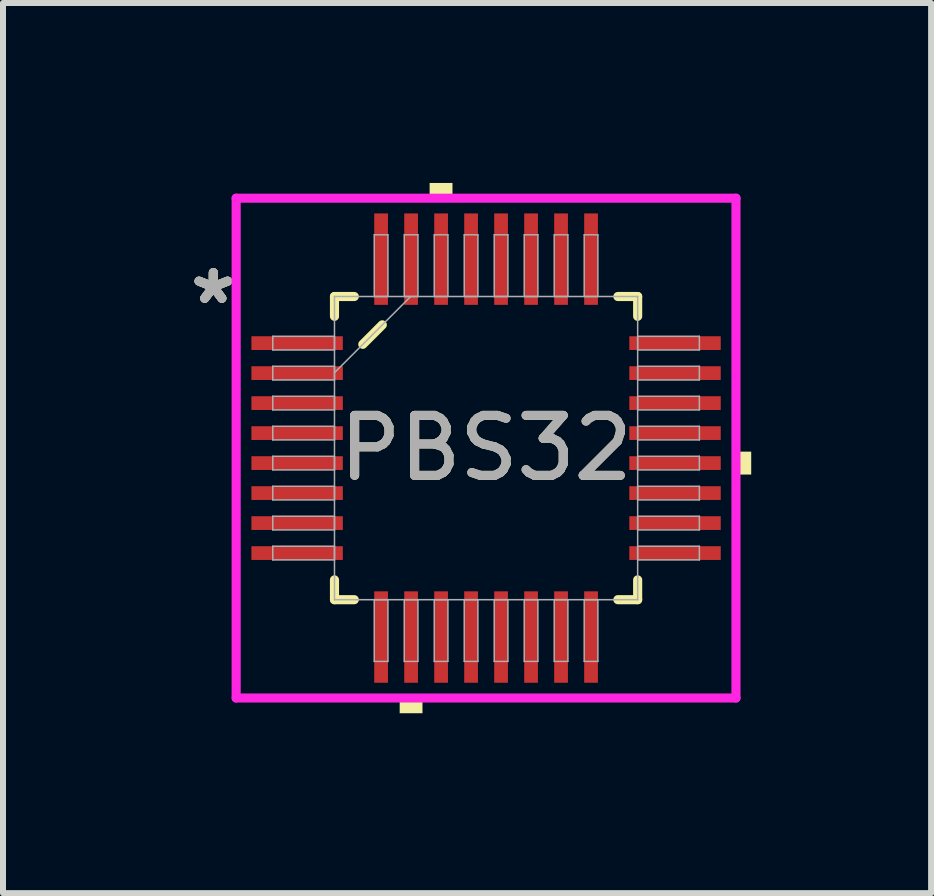
<source format=kicad_pcb>
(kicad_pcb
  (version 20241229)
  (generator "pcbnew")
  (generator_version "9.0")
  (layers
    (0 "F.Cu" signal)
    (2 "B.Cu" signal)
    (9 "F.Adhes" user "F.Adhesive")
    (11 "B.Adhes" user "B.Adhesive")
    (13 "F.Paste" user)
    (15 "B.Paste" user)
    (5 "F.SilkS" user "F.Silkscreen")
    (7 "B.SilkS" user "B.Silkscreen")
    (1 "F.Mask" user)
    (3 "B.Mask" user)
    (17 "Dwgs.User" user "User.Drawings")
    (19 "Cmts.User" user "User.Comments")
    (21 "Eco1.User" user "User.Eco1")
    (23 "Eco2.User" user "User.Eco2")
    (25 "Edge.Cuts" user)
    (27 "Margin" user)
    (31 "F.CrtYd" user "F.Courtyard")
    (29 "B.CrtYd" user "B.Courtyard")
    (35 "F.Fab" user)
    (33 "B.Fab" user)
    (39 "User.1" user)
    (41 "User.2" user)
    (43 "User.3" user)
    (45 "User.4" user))
  (footprint "PBS32"
    (layer "F.Cu")
    (at 5.053 4.42)
    (property "Reference" "PBS32" (at 0 0 0) (unlocked yes) (layer "F.SilkS") (effects (font (size 1 1) (thickness 0.15))))
    (attr smd)
    (fp_line (start -2.527 -2.527) (end -2.527 -2.197) (stroke (width 0.152) (type solid)) (layer "F.SilkS"))
    (fp_line (start -2.527 2.197) (end -2.527 2.527) (stroke (width 0.152) (type solid)) (layer "F.SilkS"))
    (fp_line (start -2.527 2.527) (end -2.197 2.527) (stroke (width 0.152) (type solid)) (layer "F.SilkS"))
    (fp_line (start -2.197 -2.527) (end -2.527 -2.527) (stroke (width 0.152) (type solid)) (layer "F.SilkS"))
    (fp_line (start -2.055 -1.73) (end -1.73 -2.055) (stroke (width 0.152) (type solid)) (layer "F.SilkS"))
    (fp_line (start 2.197 2.527) (end 2.527 2.527) (stroke (width 0.152) (type solid)) (layer "F.SilkS"))
    (fp_line (start 2.527 -2.527) (end 2.197 -2.527) (stroke (width 0.152) (type solid)) (layer "F.SilkS"))
    (fp_line (start 2.527 -2.197) (end 2.527 -2.527) (stroke (width 0.152) (type solid)) (layer "F.SilkS"))
    (fp_line (start 2.527 2.527) (end 2.527 2.197) (stroke (width 0.152) (type solid)) (layer "F.SilkS"))
    (fp_poly (pts (xy -1.44 4.166) (xy -1.44 4.42) (xy -1.06 4.42) (xy -1.06 4.166)) (stroke (width 0) (type solid)) (fill yes) (layer "F.SilkS"))
    (fp_poly (pts (xy -0.941 -4.166) (xy -0.941 -4.42) (xy -0.56 -4.42) (xy -0.56 -4.166)) (stroke (width 0) (type solid)) (fill yes) (layer "F.SilkS"))
    (fp_poly (pts (xy 4.42 0.059) (xy 4.42 0.441) (xy 4.166 0.441) (xy 4.166 0.059)) (stroke (width 0) (type solid)) (fill yes) (layer "F.SilkS"))
    (fp_line (start -4.166 -4.166) (end 4.166 -4.166) (stroke (width 0.152) (type solid)) (layer "F.CrtYd"))
    (fp_line (start -4.166 4.166) (end -4.166 -4.166) (stroke (width 0.152) (type solid)) (layer "F.CrtYd"))
    (fp_line (start 4.166 -4.166) (end 4.166 4.166) (stroke (width 0.152) (type solid)) (layer "F.CrtYd"))
    (fp_line (start 4.166 4.166) (end -4.166 4.166) (stroke (width 0.152) (type solid)) (layer "F.CrtYd"))
    (fp_line (start -3.556 -1.864) (end -3.556 -1.636) (stroke (width 0.025) (type solid)) (layer "F.Fab"))
    (fp_line (start -3.556 -1.636) (end -2.527 -1.636) (stroke (width 0.025) (type solid)) (layer "F.Fab"))
    (fp_line (start -3.556 -1.364) (end -3.556 -1.136) (stroke (width 0.025) (type solid)) (layer "F.Fab"))
    (fp_line (start -3.556 -1.136) (end -2.527 -1.136) (stroke (width 0.025) (type solid)) (layer "F.Fab"))
    (fp_line (start -3.556 -0.864) (end -3.556 -0.636) (stroke (width 0.025) (type solid)) (layer "F.Fab"))
    (fp_line (start -3.556 -0.636) (end -2.527 -0.636) (stroke (width 0.025) (type solid)) (layer "F.Fab"))
    (fp_line (start -3.556 -0.364) (end -3.556 -0.136) (stroke (width 0.025) (type solid)) (layer "F.Fab"))
    (fp_line (start -3.556 -0.136) (end -2.527 -0.136) (stroke (width 0.025) (type solid)) (layer "F.Fab"))
    (fp_line (start -3.556 0.136) (end -3.556 0.364) (stroke (width 0.025) (type solid)) (layer "F.Fab"))
    (fp_line (start -3.556 0.364) (end -2.527 0.364) (stroke (width 0.025) (type solid)) (layer "F.Fab"))
    (fp_line (start -3.556 0.636) (end -3.556 0.864) (stroke (width 0.025) (type solid)) (layer "F.Fab"))
    (fp_line (start -3.556 0.864) (end -2.527 0.864) (stroke (width 0.025) (type solid)) (layer "F.Fab"))
    (fp_line (start -3.556 1.136) (end -3.556 1.364) (stroke (width 0.025) (type solid)) (layer "F.Fab"))
    (fp_line (start -3.556 1.364) (end -2.527 1.364) (stroke (width 0.025) (type solid)) (layer "F.Fab"))
    (fp_line (start -3.556 1.636) (end -3.556 1.864) (stroke (width 0.025) (type solid)) (layer "F.Fab"))
    (fp_line (start -3.556 1.864) (end -2.527 1.864) (stroke (width 0.025) (type solid)) (layer "F.Fab"))
    (fp_line (start -2.527 -2.527) (end -2.527 -2.527) (stroke (width 0.025) (type solid)) (layer "F.Fab"))
    (fp_line (start -2.527 -2.527) (end -2.527 2.527) (stroke (width 0.025) (type solid)) (layer "F.Fab"))
    (fp_line (start -2.527 -1.864) (end -3.556 -1.864) (stroke (width 0.025) (type solid)) (layer "F.Fab"))
    (fp_line (start -2.527 -1.636) (end -2.527 -1.864) (stroke (width 0.025) (type solid)) (layer "F.Fab"))
    (fp_line (start -2.527 -1.364) (end -3.556 -1.364) (stroke (width 0.025) (type solid)) (layer "F.Fab"))
    (fp_line (start -2.527 -1.257) (end -1.257 -2.527) (stroke (width 0.025) (type solid)) (layer "F.Fab"))
    (fp_line (start -2.527 -1.136) (end -2.527 -1.364) (stroke (width 0.025) (type solid)) (layer "F.Fab"))
    (fp_line (start -2.527 -0.864) (end -3.556 -0.864) (stroke (width 0.025) (type solid)) (layer "F.Fab"))
    (fp_line (start -2.527 -0.636) (end -2.527 -0.864) (stroke (width 0.025) (type solid)) (layer "F.Fab"))
    (fp_line (start -2.527 -0.364) (end -3.556 -0.364) (stroke (width 0.025) (type solid)) (layer "F.Fab"))
    (fp_line (start -2.527 -0.136) (end -2.527 -0.364) (stroke (width 0.025) (type solid)) (layer "F.Fab"))
    (fp_line (start -2.527 0.136) (end -3.556 0.136) (stroke (width 0.025) (type solid)) (layer "F.Fab"))
    (fp_line (start -2.527 0.364) (end -2.527 0.136) (stroke (width 0.025) (type solid)) (layer "F.Fab"))
    (fp_line (start -2.527 0.636) (end -3.556 0.636) (stroke (width 0.025) (type solid)) (layer "F.Fab"))
    (fp_line (start -2.527 0.864) (end -2.527 0.636) (stroke (width 0.025) (type solid)) (layer "F.Fab"))
    (fp_line (start -2.527 1.136) (end -3.556 1.136) (stroke (width 0.025) (type solid)) (layer "F.Fab"))
    (fp_line (start -2.527 1.364) (end -2.527 1.136) (stroke (width 0.025) (type solid)) (layer "F.Fab"))
    (fp_line (start -2.527 1.636) (end -3.556 1.636) (stroke (width 0.025) (type solid)) (layer "F.Fab"))
    (fp_line (start -2.527 1.864) (end -2.527 1.636) (stroke (width 0.025) (type solid)) (layer "F.Fab"))
    (fp_line (start -2.527 2.527) (end -2.527 2.527) (stroke (width 0.025) (type solid)) (layer "F.Fab"))
    (fp_line (start -2.527 2.527) (end 2.527 2.527) (stroke (width 0.025) (type solid)) (layer "F.Fab"))
    (fp_line (start -1.864 -3.556) (end -1.864 -2.527) (stroke (width 0.025) (type solid)) (layer "F.Fab"))
    (fp_line (start -1.864 -2.527) (end -1.636 -2.527) (stroke (width 0.025) (type solid)) (layer "F.Fab"))
    (fp_line (start -1.864 2.527) (end -1.864 3.556) (stroke (width 0.025) (type solid)) (layer "F.Fab"))
    (fp_line (start -1.864 3.556) (end -1.636 3.556) (stroke (width 0.025) (type solid)) (layer "F.Fab"))
    (fp_line (start -1.636 -3.556) (end -1.864 -3.556) (stroke (width 0.025) (type solid)) (layer "F.Fab"))
    (fp_line (start -1.636 -2.527) (end -1.636 -3.556) (stroke (width 0.025) (type solid)) (layer "F.Fab"))
    (fp_line (start -1.636 2.527) (end -1.864 2.527) (stroke (width 0.025) (type solid)) (layer "F.Fab"))
    (fp_line (start -1.636 3.556) (end -1.636 2.527) (stroke (width 0.025) (type solid)) (layer "F.Fab"))
    (fp_line (start -1.364 -3.556) (end -1.364 -2.527) (stroke (width 0.025) (type solid)) (layer "F.Fab"))
    (fp_line (start -1.364 -2.527) (end -1.136 -2.527) (stroke (width 0.025) (type solid)) (layer "F.Fab"))
    (fp_line (start -1.364 2.527) (end -1.364 3.556) (stroke (width 0.025) (type solid)) (layer "F.Fab"))
    (fp_line (start -1.364 3.556) (end -1.136 3.556) (stroke (width 0.025) (type solid)) (layer "F.Fab"))
    (fp_line (start -1.136 -3.556) (end -1.364 -3.556) (stroke (width 0.025) (type solid)) (layer "F.Fab"))
    (fp_line (start -1.136 -2.527) (end -1.136 -3.556) (stroke (width 0.025) (type solid)) (layer "F.Fab"))
    (fp_line (start -1.136 2.527) (end -1.364 2.527) (stroke (width 0.025) (type solid)) (layer "F.Fab"))
    (fp_line (start -1.136 3.556) (end -1.136 2.527) (stroke (width 0.025) (type solid)) (layer "F.Fab"))
    (fp_line (start -0.864 -3.556) (end -0.864 -2.527) (stroke (width 0.025) (type solid)) (layer "F.Fab"))
    (fp_line (start -0.864 -2.527) (end -0.636 -2.527) (stroke (width 0.025) (type solid)) (layer "F.Fab"))
    (fp_line (start -0.864 2.527) (end -0.864 3.556) (stroke (width 0.025) (type solid)) (layer "F.Fab"))
    (fp_line (start -0.864 3.556) (end -0.636 3.556) (stroke (width 0.025) (type solid)) (layer "F.Fab"))
    (fp_line (start -0.636 -3.556) (end -0.864 -3.556) (stroke (width 0.025) (type solid)) (layer "F.Fab"))
    (fp_line (start -0.636 -2.527) (end -0.636 -3.556) (stroke (width 0.025) (type solid)) (layer "F.Fab"))
    (fp_line (start -0.636 2.527) (end -0.864 2.527) (stroke (width 0.025) (type solid)) (layer "F.Fab"))
    (fp_line (start -0.636 3.556) (end -0.636 2.527) (stroke (width 0.025) (type solid)) (layer "F.Fab"))
    (fp_line (start -0.364 -3.556) (end -0.364 -2.527) (stroke (width 0.025) (type solid)) (layer "F.Fab"))
    (fp_line (start -0.364 -2.527) (end -0.136 -2.527) (stroke (width 0.025) (type solid)) (layer "F.Fab"))
    (fp_line (start -0.364 2.527) (end -0.364 3.556) (stroke (width 0.025) (type solid)) (layer "F.Fab"))
    (fp_line (start -0.364 3.556) (end -0.136 3.556) (stroke (width 0.025) (type solid)) (layer "F.Fab"))
    (fp_line (start -0.136 -3.556) (end -0.364 -3.556) (stroke (width 0.025) (type solid)) (layer "F.Fab"))
    (fp_line (start -0.136 -2.527) (end -0.136 -3.556) (stroke (width 0.025) (type solid)) (layer "F.Fab"))
    (fp_line (start -0.136 2.527) (end -0.364 2.527) (stroke (width 0.025) (type solid)) (layer "F.Fab"))
    (fp_line (start -0.136 3.556) (end -0.136 2.527) (stroke (width 0.025) (type solid)) (layer "F.Fab"))
    (fp_line (start 0.136 -3.556) (end 0.136 -2.527) (stroke (width 0.025) (type solid)) (layer "F.Fab"))
    (fp_line (start 0.136 -2.527) (end 0.364 -2.527) (stroke (width 0.025) (type solid)) (layer "F.Fab"))
    (fp_line (start 0.136 2.527) (end 0.136 3.556) (stroke (width 0.025) (type solid)) (layer "F.Fab"))
    (fp_line (start 0.136 3.556) (end 0.364 3.556) (stroke (width 0.025) (type solid)) (layer "F.Fab"))
    (fp_line (start 0.364 -3.556) (end 0.136 -3.556) (stroke (width 0.025) (type solid)) (layer "F.Fab"))
    (fp_line (start 0.364 -2.527) (end 0.364 -3.556) (stroke (width 0.025) (type solid)) (layer "F.Fab"))
    (fp_line (start 0.364 2.527) (end 0.136 2.527) (stroke (width 0.025) (type solid)) (layer "F.Fab"))
    (fp_line (start 0.364 3.556) (end 0.364 2.527) (stroke (width 0.025) (type solid)) (layer "F.Fab"))
    (fp_line (start 0.636 -3.556) (end 0.636 -2.527) (stroke (width 0.025) (type solid)) (layer "F.Fab"))
    (fp_line (start 0.636 -2.527) (end 0.864 -2.527) (stroke (width 0.025) (type solid)) (layer "F.Fab"))
    (fp_line (start 0.636 2.527) (end 0.636 3.556) (stroke (width 0.025) (type solid)) (layer "F.Fab"))
    (fp_line (start 0.636 3.556) (end 0.864 3.556) (stroke (width 0.025) (type solid)) (layer "F.Fab"))
    (fp_line (start 0.864 -3.556) (end 0.636 -3.556) (stroke (width 0.025) (type solid)) (layer "F.Fab"))
    (fp_line (start 0.864 -2.527) (end 0.864 -3.556) (stroke (width 0.025) (type solid)) (layer "F.Fab"))
    (fp_line (start 0.864 2.527) (end 0.636 2.527) (stroke (width 0.025) (type solid)) (layer "F.Fab"))
    (fp_line (start 0.864 3.556) (end 0.864 2.527) (stroke (width 0.025) (type solid)) (layer "F.Fab"))
    (fp_line (start 1.136 -3.556) (end 1.136 -2.527) (stroke (width 0.025) (type solid)) (layer "F.Fab"))
    (fp_line (start 1.136 -2.527) (end 1.364 -2.527) (stroke (width 0.025) (type solid)) (layer "F.Fab"))
    (fp_line (start 1.136 2.527) (end 1.136 3.556) (stroke (width 0.025) (type solid)) (layer "F.Fab"))
    (fp_line (start 1.136 3.556) (end 1.364 3.556) (stroke (width 0.025) (type solid)) (layer "F.Fab"))
    (fp_line (start 1.364 -3.556) (end 1.136 -3.556) (stroke (width 0.025) (type solid)) (layer "F.Fab"))
    (fp_line (start 1.364 -2.527) (end 1.364 -3.556) (stroke (width 0.025) (type solid)) (layer "F.Fab"))
    (fp_line (start 1.364 2.527) (end 1.136 2.527) (stroke (width 0.025) (type solid)) (layer "F.Fab"))
    (fp_line (start 1.364 3.556) (end 1.364 2.527) (stroke (width 0.025) (type solid)) (layer "F.Fab"))
    (fp_line (start 1.636 -3.556) (end 1.636 -2.527) (stroke (width 0.025) (type solid)) (layer "F.Fab"))
    (fp_line (start 1.636 -2.527) (end 1.864 -2.527) (stroke (width 0.025) (type solid)) (layer "F.Fab"))
    (fp_line (start 1.636 2.527) (end 1.636 3.556) (stroke (width 0.025) (type solid)) (layer "F.Fab"))
    (fp_line (start 1.636 3.556) (end 1.864 3.556) (stroke (width 0.025) (type solid)) (layer "F.Fab"))
    (fp_line (start 1.864 -3.556) (end 1.636 -3.556) (stroke (width 0.025) (type solid)) (layer "F.Fab"))
    (fp_line (start 1.864 -2.527) (end 1.864 -3.556) (stroke (width 0.025) (type solid)) (layer "F.Fab"))
    (fp_line (start 1.864 2.527) (end 1.636 2.527) (stroke (width 0.025) (type solid)) (layer "F.Fab"))
    (fp_line (start 1.864 3.556) (end 1.864 2.527) (stroke (width 0.025) (type solid)) (layer "F.Fab"))
    (fp_line (start 2.527 -2.527) (end -2.527 -2.527) (stroke (width 0.025) (type solid)) (layer "F.Fab"))
    (fp_line (start 2.527 -2.527) (end 2.527 -2.527) (stroke (width 0.025) (type solid)) (layer "F.Fab"))
    (fp_line (start 2.527 -1.864) (end 2.527 -1.636) (stroke (width 0.025) (type solid)) (layer "F.Fab"))
    (fp_line (start 2.527 -1.636) (end 3.556 -1.636) (stroke (width 0.025) (type solid)) (layer "F.Fab"))
    (fp_line (start 2.527 -1.364) (end 2.527 -1.136) (stroke (width 0.025) (type solid)) (layer "F.Fab"))
    (fp_line (start 2.527 -1.136) (end 3.556 -1.136) (stroke (width 0.025) (type solid)) (layer "F.Fab"))
    (fp_line (start 2.527 -0.864) (end 2.527 -0.636) (stroke (width 0.025) (type solid)) (layer "F.Fab"))
    (fp_line (start 2.527 -0.636) (end 3.556 -0.636) (stroke (width 0.025) (type solid)) (layer "F.Fab"))
    (fp_line (start 2.527 -0.364) (end 2.527 -0.136) (stroke (width 0.025) (type solid)) (layer "F.Fab"))
    (fp_line (start 2.527 -0.136) (end 3.556 -0.136) (stroke (width 0.025) (type solid)) (layer "F.Fab"))
    (fp_line (start 2.527 0.136) (end 2.527 0.364) (stroke (width 0.025) (type solid)) (layer "F.Fab"))
    (fp_line (start 2.527 0.364) (end 3.556 0.364) (stroke (width 0.025) (type solid)) (layer "F.Fab"))
    (fp_line (start 2.527 0.636) (end 2.527 0.864) (stroke (width 0.025) (type solid)) (layer "F.Fab"))
    (fp_line (start 2.527 0.864) (end 3.556 0.864) (stroke (width 0.025) (type solid)) (layer "F.Fab"))
    (fp_line (start 2.527 1.136) (end 2.527 1.364) (stroke (width 0.025) (type solid)) (layer "F.Fab"))
    (fp_line (start 2.527 1.364) (end 3.556 1.364) (stroke (width 0.025) (type solid)) (layer "F.Fab"))
    (fp_line (start 2.527 1.636) (end 2.527 1.864) (stroke (width 0.025) (type solid)) (layer "F.Fab"))
    (fp_line (start 2.527 1.864) (end 3.556 1.864) (stroke (width 0.025) (type solid)) (layer "F.Fab"))
    (fp_line (start 2.527 2.527) (end 2.527 -2.527) (stroke (width 0.025) (type solid)) (layer "F.Fab"))
    (fp_line (start 2.527 2.527) (end 2.527 2.527) (stroke (width 0.025) (type solid)) (layer "F.Fab"))
    (fp_line (start 3.556 -1.864) (end 2.527 -1.864) (stroke (width 0.025) (type solid)) (layer "F.Fab"))
    (fp_line (start 3.556 -1.636) (end 3.556 -1.864) (stroke (width 0.025) (type solid)) (layer "F.Fab"))
    (fp_line (start 3.556 -1.364) (end 2.527 -1.364) (stroke (width 0.025) (type solid)) (layer "F.Fab"))
    (fp_line (start 3.556 -1.136) (end 3.556 -1.364) (stroke (width 0.025) (type solid)) (layer "F.Fab"))
    (fp_line (start 3.556 -0.864) (end 2.527 -0.864) (stroke (width 0.025) (type solid)) (layer "F.Fab"))
    (fp_line (start 3.556 -0.636) (end 3.556 -0.864) (stroke (width 0.025) (type solid)) (layer "F.Fab"))
    (fp_line (start 3.556 -0.364) (end 2.527 -0.364) (stroke (width 0.025) (type solid)) (layer "F.Fab"))
    (fp_line (start 3.556 -0.136) (end 3.556 -0.364) (stroke (width 0.025) (type solid)) (layer "F.Fab"))
    (fp_line (start 3.556 0.136) (end 2.527 0.136) (stroke (width 0.025) (type solid)) (layer "F.Fab"))
    (fp_line (start 3.556 0.364) (end 3.556 0.136) (stroke (width 0.025) (type solid)) (layer "F.Fab"))
    (fp_line (start 3.556 0.636) (end 2.527 0.636) (stroke (width 0.025) (type solid)) (layer "F.Fab"))
    (fp_line (start 3.556 0.864) (end 3.556 0.636) (stroke (width 0.025) (type solid)) (layer "F.Fab"))
    (fp_line (start 3.556 1.136) (end 2.527 1.136) (stroke (width 0.025) (type solid)) (layer "F.Fab"))
    (fp_line (start 3.556 1.364) (end 3.556 1.136) (stroke (width 0.025) (type solid)) (layer "F.Fab"))
    (fp_line (start 3.556 1.636) (end 2.527 1.636) (stroke (width 0.025) (type solid)) (layer "F.Fab"))
    (fp_line (start 3.556 1.864) (end 3.556 1.636) (stroke (width 0.025) (type solid)) (layer "F.Fab"))
    (fp_text user "*" (at -4.547 -2.381 0) (unlocked yes) (layer "F.SilkS") (effects (font (size 1 1) (thickness 0.15))))
    (fp_text user "*" (at -4.547 -2.381 0) (layer "F.SilkS") (effects (font (size 1 1) (thickness 0.15))))
    (fp_text user "*" (at -4.547 -2.381 0) (layer "F.Fab") (effects (font (size 1 1) (thickness 0.15))))
    (fp_text user "*" (at -4.547 -2.381 0) (unlocked yes) (layer "F.Fab") (effects (font (size 1 1) (thickness 0.15))))
    (fp_text user "${REFERENCE}" (at 0 0 0) (unlocked yes) (layer "F.Fab") (effects (font (size 1 1) (thickness 0.15))))
    (pad "1" smd rect (at -3.15 -1.75 90) (size 0.229 1.524) (layers "F.Cu" "F.Mask" "F.Paste"))
    (pad "2" smd rect (at -3.15 -1.25 90) (size 0.229 1.524) (layers "F.Cu" "F.Mask" "F.Paste"))
    (pad "3" smd rect (at -3.15 -0.75 90) (size 0.229 1.524) (layers "F.Cu" "F.Mask" "F.Paste"))
    (pad "4" smd rect (at -3.15 -0.25 90) (size 0.229 1.524) (layers "F.Cu" "F.Mask" "F.Paste"))
    (pad "5" smd rect (at -3.15 0.25 90) (size 0.229 1.524) (layers "F.Cu" "F.Mask" "F.Paste"))
    (pad "6" smd rect (at -3.15 0.75 90) (size 0.229 1.524) (layers "F.Cu" "F.Mask" "F.Paste"))
    (pad "7" smd rect (at -3.15 1.25 90) (size 0.229 1.524) (layers "F.Cu" "F.Mask" "F.Paste"))
    (pad "8" smd rect (at -3.15 1.75 90) (size 0.229 1.524) (layers "F.Cu" "F.Mask" "F.Paste"))
    (pad "9" smd rect (at -1.75 3.15) (size 0.229 1.524) (layers "F.Cu" "F.Mask" "F.Paste"))
    (pad "10" smd rect (at -1.25 3.15) (size 0.229 1.524) (layers "F.Cu" "F.Mask" "F.Paste"))
    (pad "11" smd rect (at -0.75 3.15) (size 0.229 1.524) (layers "F.Cu" "F.Mask" "F.Paste"))
    (pad "12" smd rect (at -0.25 3.15) (size 0.229 1.524) (layers "F.Cu" "F.Mask" "F.Paste"))
    (pad "13" smd rect (at 0.25 3.15) (size 0.229 1.524) (layers "F.Cu" "F.Mask" "F.Paste"))
    (pad "14" smd rect (at 0.75 3.15) (size 0.229 1.524) (layers "F.Cu" "F.Mask" "F.Paste"))
    (pad "15" smd rect (at 1.25 3.15) (size 0.229 1.524) (layers "F.Cu" "F.Mask" "F.Paste"))
    (pad "16" smd rect (at 1.75 3.15) (size 0.229 1.524) (layers "F.Cu" "F.Mask" "F.Paste"))
    (pad "17" smd rect (at 3.15 1.75 90) (size 0.229 1.524) (layers "F.Cu" "F.Mask" "F.Paste"))
    (pad "18" smd rect (at 3.15 1.25 90) (size 0.229 1.524) (layers "F.Cu" "F.Mask" "F.Paste"))
    (pad "19" smd rect (at 3.15 0.75 90) (size 0.229 1.524) (layers "F.Cu" "F.Mask" "F.Paste"))
    (pad "20" smd rect (at 3.15 0.25 90) (size 0.229 1.524) (layers "F.Cu" "F.Mask" "F.Paste"))
    (pad "21" smd rect (at 3.15 -0.25 90) (size 0.229 1.524) (layers "F.Cu" "F.Mask" "F.Paste"))
    (pad "22" smd rect (at 3.15 -0.75 90) (size 0.229 1.524) (layers "F.Cu" "F.Mask" "F.Paste"))
    (pad "23" smd rect (at 3.15 -1.25 90) (size 0.229 1.524) (layers "F.Cu" "F.Mask" "F.Paste"))
    (pad "24" smd rect (at 3.15 -1.75 90) (size 0.229 1.524) (layers "F.Cu" "F.Mask" "F.Paste"))
    (pad "25" smd rect (at 1.75 -3.15) (size 0.229 1.524) (layers "F.Cu" "F.Mask" "F.Paste"))
    (pad "26" smd rect (at 1.25 -3.15) (size 0.229 1.524) (layers "F.Cu" "F.Mask" "F.Paste"))
    (pad "27" smd rect (at 0.75 -3.15) (size 0.229 1.524) (layers "F.Cu" "F.Mask" "F.Paste"))
    (pad "28" smd rect (at 0.25 -3.15) (size 0.229 1.524) (layers "F.Cu" "F.Mask" "F.Paste"))
    (pad "29" smd rect (at -0.25 -3.15) (size 0.229 1.524) (layers "F.Cu" "F.Mask" "F.Paste"))
    (pad "30" smd rect (at -0.75 -3.15) (size 0.229 1.524) (layers "F.Cu" "F.Mask" "F.Paste"))
    (pad "31" smd rect (at -1.25 -3.15) (size 0.229 1.524) (layers "F.Cu" "F.Mask" "F.Paste"))
    (pad "32" smd rect (at -1.75 -3.15) (size 0.229 1.524) (layers "F.Cu" "F.Mask" "F.Paste")))
  (gr_rect
    (start -3 -3)
    (end 12.472 11.839)
    (stroke (width 0.1) (type default))
    (fill no)
    (layer "Edge.Cuts")))
</source>
